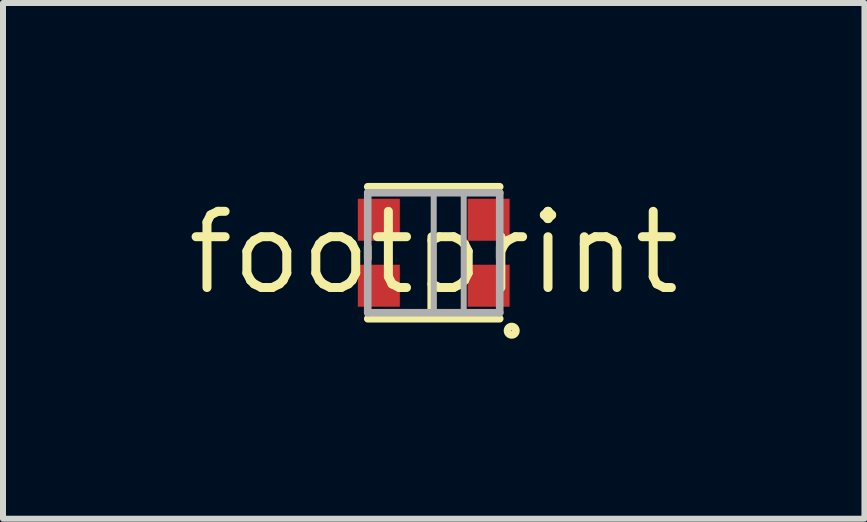
<source format=kicad_pcb>
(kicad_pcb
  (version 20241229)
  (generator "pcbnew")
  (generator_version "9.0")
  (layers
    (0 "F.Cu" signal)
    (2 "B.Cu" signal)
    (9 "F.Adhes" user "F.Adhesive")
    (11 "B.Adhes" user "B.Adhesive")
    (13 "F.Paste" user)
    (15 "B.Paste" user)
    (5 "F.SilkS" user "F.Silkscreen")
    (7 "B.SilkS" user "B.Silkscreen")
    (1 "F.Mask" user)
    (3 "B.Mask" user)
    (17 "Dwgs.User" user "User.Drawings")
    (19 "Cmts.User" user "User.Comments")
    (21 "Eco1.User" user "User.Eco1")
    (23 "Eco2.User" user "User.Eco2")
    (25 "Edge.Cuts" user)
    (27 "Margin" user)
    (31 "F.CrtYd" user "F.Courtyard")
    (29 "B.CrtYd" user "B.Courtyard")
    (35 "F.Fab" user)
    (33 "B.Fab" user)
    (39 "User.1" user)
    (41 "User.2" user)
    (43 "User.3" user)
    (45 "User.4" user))
  (footprint "footprint"
    (layer "F.Cu")
    (at 4.18 1.163)
    (property "Reference" "footprint" (at 0 0 0) (layer "F.SilkS") (effects (font (size 1.27 1.27) (thickness 0.15))))
    (fp_line (start -1.1 -1.1) (end 1.1 -1.1) (stroke (width 0.127) (type solid)) (layer "F.SilkS"))
    (fp_line (start -1.1 0.1) (end -1.1 -0.1) (stroke (width 0.127) (type solid)) (layer "F.SilkS"))
    (fp_line (start 1.1 0.1) (end 1.1 -0.1) (stroke (width 0.127) (type solid)) (layer "F.SilkS"))
    (fp_line (start 1.1 1.1) (end -1.1 1.1) (stroke (width 0.127) (type solid)) (layer "F.SilkS"))
    (fp_circle (center 1.3 1.3) (end 1.37 1.3) (stroke (width 0.127) (type solid)) (fill no) (layer "F.SilkS"))
    (fp_line (start -1.1 -1) (end -1.1 1) (stroke (width 0.127) (type solid)) (layer "F.Fab"))
    (fp_line (start -1.1 1) (end 1.1 1) (stroke (width 0.127) (type solid)) (layer "F.Fab"))
    (fp_line (start 1.1 -1) (end -1.1 -1) (stroke (width 0.127) (type solid)) (layer "F.Fab"))
    (fp_line (start 1.1 1) (end 1.1 -1) (stroke (width 0.127) (type solid)) (layer "F.Fab"))
    (fp_poly (pts (xy 0 1) (xy 0.5 1) (xy 0.5 -1) (xy 0 -1)) (stroke (width 0.1) (type solid)) (fill no) (layer "F.Fab"))
    (pad "DI" smd rect (at -0.915 -0.55) (size 0.7 0.7) (layers "F.Cu" "F.Mask" "F.Paste"))
    (pad "DO" smd rect (at 0.915 0.55) (size 0.7 0.7) (layers "F.Cu" "F.Mask" "F.Paste"))
    (pad "GND" smd rect (at 0.915 -0.55) (size 0.7 0.7) (layers "F.Cu" "F.Mask" "F.Paste"))
    (pad "VCC" smd rect (at -0.915 0.55) (size 0.7 0.7) (layers "F.Cu" "F.Mask" "F.Paste")))
  (gr_rect
    (start -3 -3)
    (end 11.36 5.597)
    (stroke (width 0.1) (type default))
    (fill no)
    (layer "Edge.Cuts")))
</source>
